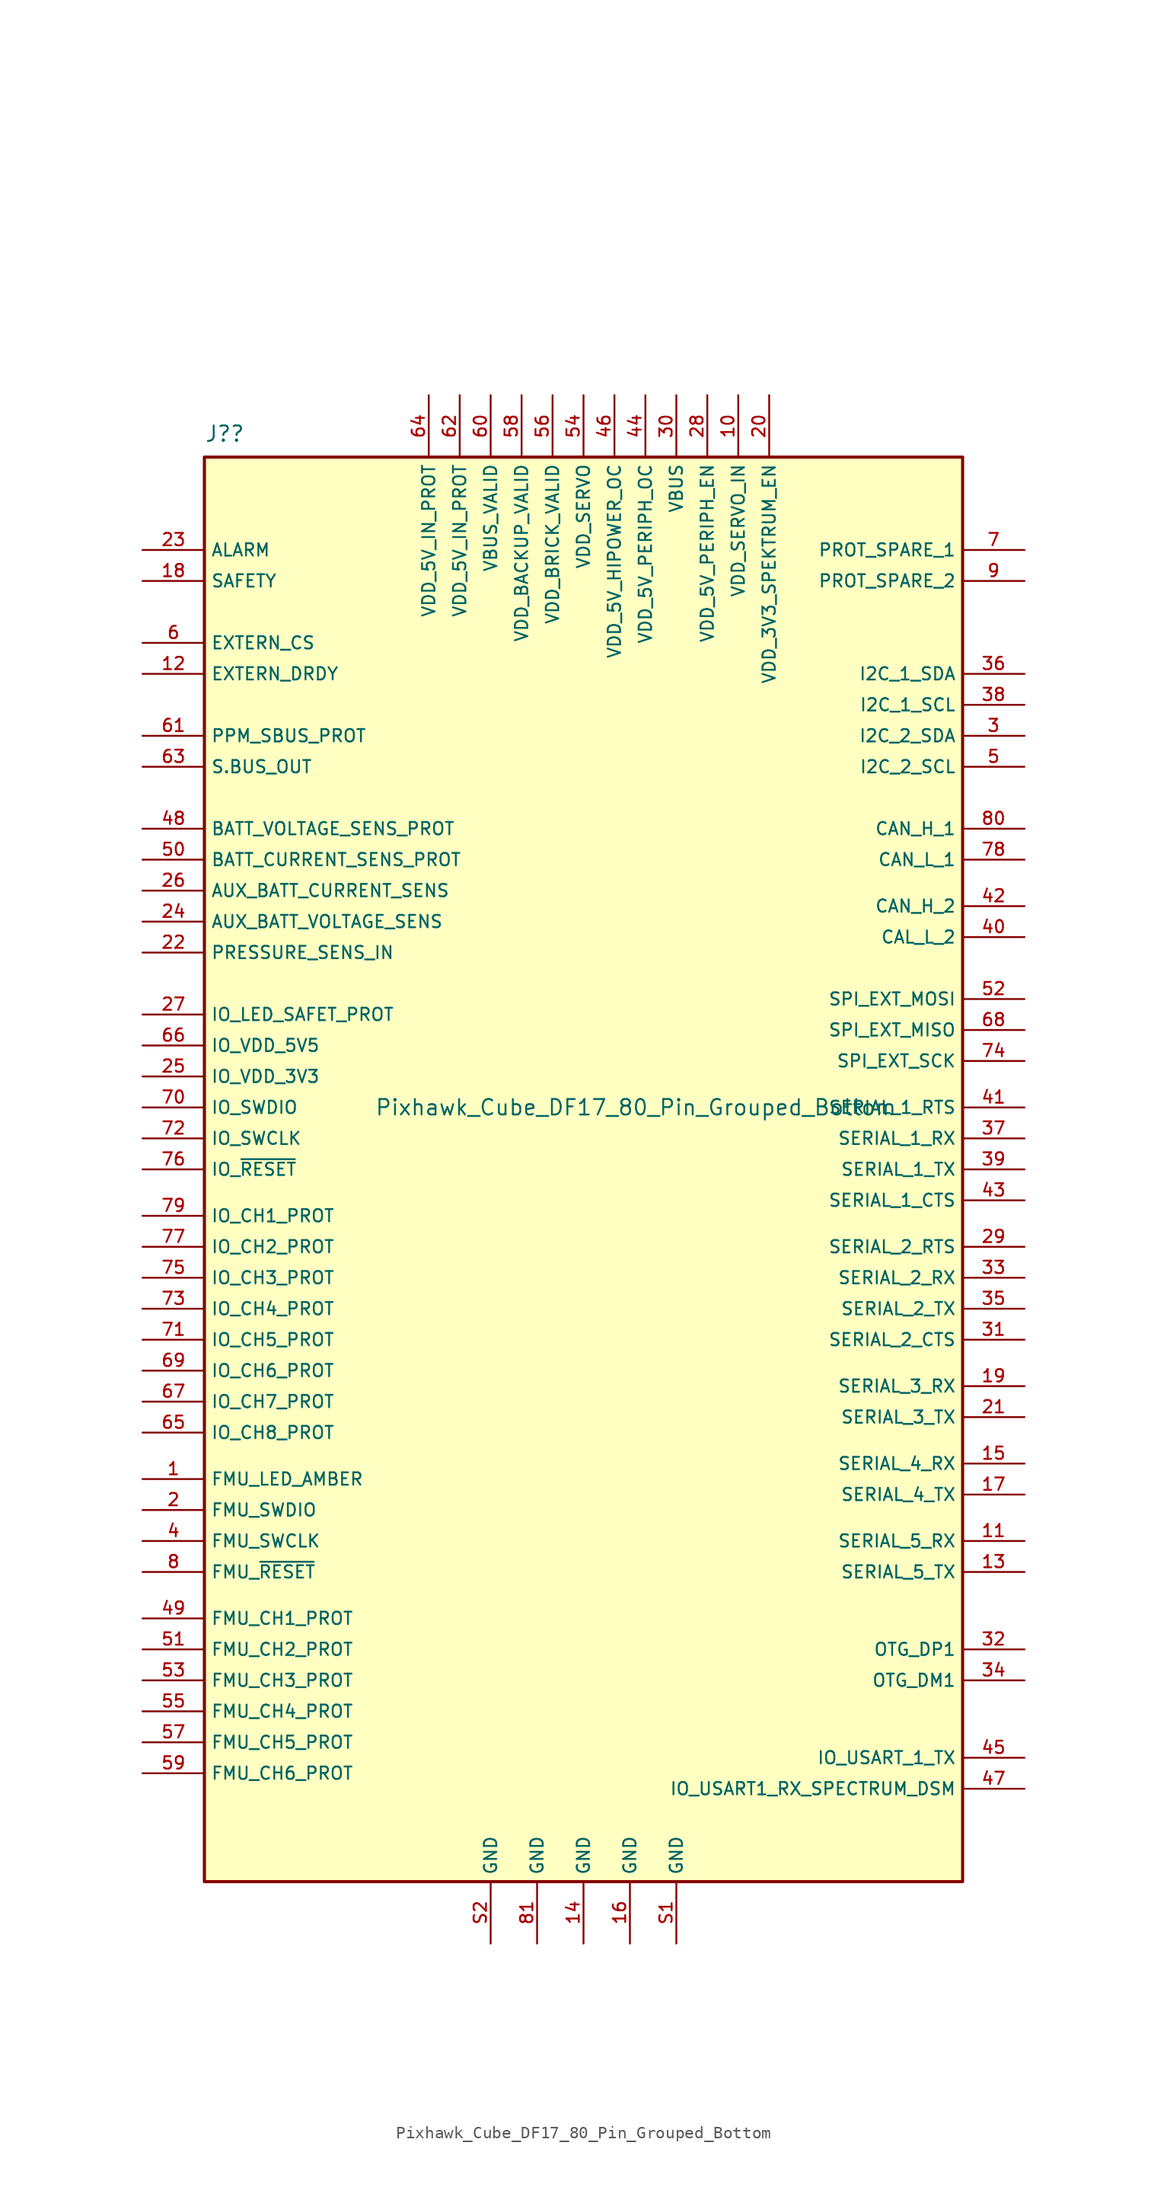
<source format=kicad_sym>
(kicad_symbol_lib
  (version 20211014)
  (generator kicad_symbol_editor)
  (symbol "Pixhawk_Cube_DF17_80_Pin_Grouped_Bottom"
    (property "Reference" "J?"
      (at -31.115 55.245 0)
      (effects (font (size 1.27 1.27)) (justify left)))
    (property "Value" "Pixhawk_Cube_DF17_80_Pin_Grouped_Bottom"
      (at -17.145 0 0)
      (effects (font (size 1.27 1.27)) (justify left)))
    (symbol "Pixhawk_Cube_DF17_80_Pin_Grouped_Bottom_0_0"
      (rectangle (start -31.115 53.34) (end 31.115 -63.5) (stroke (width 0.254) (type default) (color 0 0 0 0)) (fill (type background)))
      (text "" (at 17.78 72.39 0) (effects (font (size 1.27 1.27))))
      (pin output line (at -36.195 -30.48 0) (length 5.08) (name "FMU_LED_AMBER" (effects (font (size 1.016 1.016)))) (number "1" (effects (font (size 1.016 1.016)))))
      (pin input line (at 12.7 58.42 270) (length 5.08) (name "VDD_SERVO_IN" (effects (font (size 1.016 1.016)))) (number "10" (effects (font (size 1.016 1.016)))))
      (pin input line (at 36.195 -35.56 180) (length 5.08) (name "SERIAL_5_RX" (effects (font (size 1.016 1.016)))) (number "11" (effects (font (size 1.016 1.016)))))
      (pin input line (at -36.195 35.56 0) (length 5.08) (name "EXTERN_DRDY" (effects (font (size 1.016 1.016)))) (number "12" (effects (font (size 1.016 1.016)))))
      (pin output line (at 36.195 -38.1 180) (length 5.08) (name "SERIAL_5_TX" (effects (font (size 1.016 1.016)))) (number "13" (effects (font (size 1.016 1.016)))))
      (pin power_in line (at 0 -68.58 90) (length 5.08) (name "GND" (effects (font (size 1.016 1.016)))) (number "14" (effects (font (size 1.016 1.016)))))
      (pin input line (at 36.195 -29.21 180) (length 5.08) (name "SERIAL_4_RX" (effects (font (size 1.016 1.016)))) (number "15" (effects (font (size 1.016 1.016)))))
      (pin power_in line (at 3.81 -68.58 90) (length 5.08) (name "GND" (effects (font (size 1.016 1.016)))) (number "16" (effects (font (size 1.016 1.016)))))
      (pin output line (at 36.195 -31.75 180) (length 5.08) (name "SERIAL_4_TX" (effects (font (size 1.016 1.016)))) (number "17" (effects (font (size 1.016 1.016)))))
      (pin unspecified line (at -36.195 43.18 0) (length 5.08) (name "SAFETY" (effects (font (size 1.016 1.016)))) (number "18" (effects (font (size 1.016 1.016)))))
      (pin input line (at 36.195 -22.86 180) (length 5.08) (name "SERIAL_3_RX" (effects (font (size 1.016 1.016)))) (number "19" (effects (font (size 1.016 1.016)))))
      (pin bidirectional line (at -36.195 -33.02 0) (length 5.08) (name "FMU_SWDIO" (effects (font (size 1.016 1.016)))) (number "2" (effects (font (size 1.016 1.016)))))
      (pin output line (at 15.24 58.42 270) (length 5.08) (name "VDD_3V3_SPEKTRUM_EN" (effects (font (size 1.016 1.016)))) (number "20" (effects (font (size 1.016 1.016)))))
      (pin output line (at 36.195 -25.4 180) (length 5.08) (name "SERIAL_3_TX" (effects (font (size 1.016 1.016)))) (number "21" (effects (font (size 1.016 1.016)))))
      (pin input line (at -36.195 12.7 0) (length 5.08) (name "PRESSURE_SENS_IN" (effects (font (size 1.016 1.016)))) (number "22" (effects (font (size 1.016 1.016)))))
      (pin output line (at -36.195 45.72 0) (length 5.08) (name "ALARM" (effects (font (size 1.016 1.016)))) (number "23" (effects (font (size 1.016 1.016)))))
      (pin input line (at -36.195 15.24 0) (length 5.08) (name "AUX_BATT_VOLTAGE_SENS" (effects (font (size 1.016 1.016)))) (number "24" (effects (font (size 1.016 1.016)))))
      (pin input line (at -36.195 2.54 0) (length 5.08) (name "IO_VDD_3V3" (effects (font (size 1.016 1.016)))) (number "25" (effects (font (size 1.016 1.016)))))
      (pin input line (at -36.195 17.78 0) (length 5.08) (name "AUX_BATT_CURRENT_SENS" (effects (font (size 1.016 1.016)))) (number "26" (effects (font (size 1.016 1.016)))))
      (pin output line (at -36.195 7.62 0) (length 5.08) (name "IO_LED_SAFET_PROT" (effects (font (size 1.016 1.016)))) (number "27" (effects (font (size 1.016 1.016)))))
      (pin output line (at 10.16 58.42 270) (length 5.08) (name "VDD_5V_PERIPH_EN" (effects (font (size 1.016 1.016)))) (number "28" (effects (font (size 1.016 1.016)))))
      (pin bidirectional line (at 36.195 -11.43 180) (length 5.08) (name "SERIAL_2_RTS" (effects (font (size 1.016 1.016)))) (number "29" (effects (font (size 1.016 1.016)))))
      (pin bidirectional line (at 36.195 30.48 180) (length 5.08) (name "I2C_2_SDA" (effects (font (size 1.016 1.016)))) (number "3" (effects (font (size 1.016 1.016)))))
      (pin input line (at 7.62 58.42 270) (length 5.08) (name "VBUS" (effects (font (size 1.016 1.016)))) (number "30" (effects (font (size 1.016 1.016)))))
      (pin bidirectional line (at 36.195 -19.05 180) (length 5.08) (name "SERIAL_2_CTS" (effects (font (size 1.016 1.016)))) (number "31" (effects (font (size 1.016 1.016)))))
      (pin bidirectional line (at 36.195 -44.45 180) (length 5.08) (name "OTG_DP1" (effects (font (size 1.016 1.016)))) (number "32" (effects (font (size 1.016 1.016)))))
      (pin input line (at 36.195 -13.97 180) (length 5.08) (name "SERIAL_2_RX" (effects (font (size 1.016 1.016)))) (number "33" (effects (font (size 1.016 1.016)))))
      (pin bidirectional line (at 36.195 -46.99 180) (length 5.08) (name "OTG_DM1" (effects (font (size 1.016 1.016)))) (number "34" (effects (font (size 1.016 1.016)))))
      (pin output line (at 36.195 -16.51 180) (length 5.08) (name "SERIAL_2_TX" (effects (font (size 1.016 1.016)))) (number "35" (effects (font (size 1.016 1.016)))))
      (pin bidirectional line (at 36.195 35.56 180) (length 5.08) (name "I2C_1_SDA" (effects (font (size 1.016 1.016)))) (number "36" (effects (font (size 1.016 1.016)))))
      (pin input line (at 36.195 -2.54 180) (length 5.08) (name "SERIAL_1_RX" (effects (font (size 1.016 1.016)))) (number "37" (effects (font (size 1.016 1.016)))))
      (pin output line (at 36.195 33.02 180) (length 5.08) (name "I2C_1_SCL" (effects (font (size 1.016 1.016)))) (number "38" (effects (font (size 1.016 1.016)))))
      (pin output line (at 36.195 -5.08 180) (length 5.08) (name "SERIAL_1_TX" (effects (font (size 1.016 1.016)))) (number "39" (effects (font (size 1.016 1.016)))))
      (pin output line (at -36.195 -35.56 0) (length 5.08) (name "FMU_SWCLK" (effects (font (size 1.016 1.016)))) (number "4" (effects (font (size 1.016 1.016)))))
      (pin bidirectional line (at 36.195 13.97 180) (length 5.08) (name "CAL_L_2" (effects (font (size 1.016 1.016)))) (number "40" (effects (font (size 1.016 1.016)))))
      (pin bidirectional line (at 36.195 0 180) (length 5.08) (name "SERIAL_1_RTS" (effects (font (size 1.016 1.016)))) (number "41" (effects (font (size 1.016 1.016)))))
      (pin bidirectional line (at 36.195 16.51 180) (length 5.08) (name "CAN_H_2" (effects (font (size 1.016 1.016)))) (number "42" (effects (font (size 1.016 1.016)))))
      (pin bidirectional line (at 36.195 -7.62 180) (length 5.08) (name "SERIAL_1_CTS" (effects (font (size 1.016 1.016)))) (number "43" (effects (font (size 1.016 1.016)))))
      (pin input line (at 5.08 58.42 270) (length 5.08) (name "VDD_5V_PERIPH_OC" (effects (font (size 1.016 1.016)))) (number "44" (effects (font (size 1.016 1.016)))))
      (pin output line (at 36.195 -53.34 180) (length 5.08) (name "IO_USART_1_TX" (effects (font (size 1.016 1.016)))) (number "45" (effects (font (size 1.016 1.016)))))
      (pin input line (at 2.54 58.42 270) (length 5.08) (name "VDD_5V_HIPOWER_OC" (effects (font (size 1.016 1.016)))) (number "46" (effects (font (size 1.016 1.016)))))
      (pin output line (at 36.195 -55.88 180) (length 5.08) (name "IO_USART1_RX_SPECTRUM_DSM" (effects (font (size 1.016 1.016)))) (number "47" (effects (font (size 1.016 1.016)))))
      (pin input line (at -36.195 22.86 0) (length 5.08) (name "BATT_VOLTAGE_SENS_PROT" (effects (font (size 1.016 1.016)))) (number "48" (effects (font (size 1.016 1.016)))))
      (pin output line (at -36.195 -41.91 0) (length 5.08) (name "FMU_CH1_PROT" (effects (font (size 1.016 1.016)))) (number "49" (effects (font (size 1.016 1.016)))))
      (pin output line (at 36.195 27.94 180) (length 5.08) (name "I2C_2_SCL" (effects (font (size 1.016 1.016)))) (number "5" (effects (font (size 1.016 1.016)))))
      (pin input line (at -36.195 20.32 0) (length 5.08) (name "BATT_CURRENT_SENS_PROT" (effects (font (size 1.016 1.016)))) (number "50" (effects (font (size 1.016 1.016)))))
      (pin output line (at -36.195 -44.45 0) (length 5.08) (name "FMU_CH2_PROT" (effects (font (size 1.016 1.016)))) (number "51" (effects (font (size 1.016 1.016)))))
      (pin output line (at 36.195 8.89 180) (length 5.08) (name "SPI_EXT_MOSI" (effects (font (size 1.016 1.016)))) (number "52" (effects (font (size 1.016 1.016)))))
      (pin output line (at -36.195 -46.99 0) (length 5.08) (name "FMU_CH3_PROT" (effects (font (size 1.016 1.016)))) (number "53" (effects (font (size 1.016 1.016)))))
      (pin input line (at 0 58.42 270) (length 5.08) (name "VDD_SERVO" (effects (font (size 1.016 1.016)))) (number "54" (effects (font (size 1.016 1.016)))))
      (pin output line (at -36.195 -49.53 0) (length 5.08) (name "FMU_CH4_PROT" (effects (font (size 1.016 1.016)))) (number "55" (effects (font (size 1.016 1.016)))))
      (pin input line (at -2.54 58.42 270) (length 5.08) (name "VDD_BRICK_VALID" (effects (font (size 1.016 1.016)))) (number "56" (effects (font (size 1.016 1.016)))))
      (pin output line (at -36.195 -52.07 0) (length 5.08) (name "FMU_CH5_PROT" (effects (font (size 1.016 1.016)))) (number "57" (effects (font (size 1.016 1.016)))))
      (pin input line (at -5.08 58.42 270) (length 5.08) (name "VDD_BACKUP_VALID" (effects (font (size 1.016 1.016)))) (number "58" (effects (font (size 1.016 1.016)))))
      (pin output line (at -36.195 -54.61 0) (length 5.08) (name "FMU_CH6_PROT" (effects (font (size 1.016 1.016)))) (number "59" (effects (font (size 1.016 1.016)))))
      (pin output line (at -36.195 38.1 0) (length 5.08) (name "EXTERN_CS" (effects (font (size 1.016 1.016)))) (number "6" (effects (font (size 1.016 1.016)))))
      (pin input line (at -7.62 58.42 270) (length 5.08) (name "VBUS_VALID" (effects (font (size 1.016 1.016)))) (number "60" (effects (font (size 1.016 1.016)))))
      (pin input line (at -36.195 30.48 0) (length 5.08) (name "PPM_SBUS_PROT" (effects (font (size 1.016 1.016)))) (number "61" (effects (font (size 1.016 1.016)))))
      (pin input line (at -10.16 58.42 270) (length 5.08) (name "VDD_5V_IN_PROT" (effects (font (size 1.016 1.016)))) (number "62" (effects (font (size 1.016 1.016)))))
      (pin output line (at -36.195 27.94 0) (length 5.08) (name "S.BUS_OUT" (effects (font (size 1.016 1.016)))) (number "63" (effects (font (size 1.016 1.016)))))
      (pin input line (at -12.7 58.42 270) (length 5.08) (name "VDD_5V_IN_PROT" (effects (font (size 1.016 1.016)))) (number "64" (effects (font (size 1.016 1.016)))))
      (pin output line (at -36.195 -26.67 0) (length 5.08) (name "IO_CH8_PROT" (effects (font (size 1.016 1.016)))) (number "65" (effects (font (size 1.016 1.016)))))
      (pin output line (at -36.195 5.08 0) (length 5.08) (name "IO_VDD_5V5" (effects (font (size 1.016 1.016)))) (number "66" (effects (font (size 1.016 1.016)))))
      (pin output line (at -36.195 -24.13 0) (length 5.08) (name "IO_CH7_PROT" (effects (font (size 1.016 1.016)))) (number "67" (effects (font (size 1.016 1.016)))))
      (pin input line (at 36.195 6.35 180) (length 5.08) (name "SPI_EXT_MISO" (effects (font (size 1.016 1.016)))) (number "68" (effects (font (size 1.016 1.016)))))
      (pin output line (at -36.195 -21.59 0) (length 5.08) (name "IO_CH6_PROT" (effects (font (size 1.016 1.016)))) (number "69" (effects (font (size 1.016 1.016)))))
      (pin unspecified line (at 36.195 45.72 180) (length 5.08) (name "PROT_SPARE_1" (effects (font (size 1.016 1.016)))) (number "7" (effects (font (size 1.016 1.016)))))
      (pin bidirectional line (at -36.195 0 0) (length 5.08) (name "IO_SWDIO" (effects (font (size 1.016 1.016)))) (number "70" (effects (font (size 1.016 1.016)))))
      (pin output line (at -36.195 -19.05 0) (length 5.08) (name "IO_CH5_PROT" (effects (font (size 1.016 1.016)))) (number "71" (effects (font (size 1.016 1.016)))))
      (pin output line (at -36.195 -2.54 0) (length 5.08) (name "IO_SWCLK" (effects (font (size 1.016 1.016)))) (number "72" (effects (font (size 1.016 1.016)))))
      (pin output line (at -36.195 -16.51 0) (length 5.08) (name "IO_CH4_PROT" (effects (font (size 1.016 1.016)))) (number "73" (effects (font (size 1.016 1.016)))))
      (pin output line (at 36.195 3.81 180) (length 5.08) (name "SPI_EXT_SCK" (effects (font (size 1.016 1.016)))) (number "74" (effects (font (size 1.016 1.016)))))
      (pin output line (at -36.195 -13.97 0) (length 5.08) (name "IO_CH3_PROT" (effects (font (size 1.016 1.016)))) (number "75" (effects (font (size 1.016 1.016)))))
      (pin passive line (at -36.195 -5.08 0) (length 5.08) (name "IO_~{RESET}" (effects (font (size 1.016 1.016)))) (number "76" (effects (font (size 1.016 1.016)))))
      (pin output line (at -36.195 -11.43 0) (length 5.08) (name "IO_CH2_PROT" (effects (font (size 1.016 1.016)))) (number "77" (effects (font (size 1.016 1.016)))))
      (pin bidirectional line (at 36.195 20.32 180) (length 5.08) (name "CAN_L_1" (effects (font (size 1.016 1.016)))) (number "78" (effects (font (size 1.016 1.016)))))
      (pin output line (at -36.195 -8.89 0) (length 5.08) (name "IO_CH1_PROT" (effects (font (size 1.016 1.016)))) (number "79" (effects (font (size 1.016 1.016)))))
      (pin input line (at -36.195 -38.1 0) (length 5.08) (name "FMU_~{RESET}" (effects (font (size 1.016 1.016)))) (number "8" (effects (font (size 1.016 1.016)))))
      (pin bidirectional line (at 36.195 22.86 180) (length 5.08) (name "CAN_H_1" (effects (font (size 1.016 1.016)))) (number "80" (effects (font (size 1.016 1.016)))))
      (pin power_in line (at -3.81 -68.58 90) (length 5.08) (name "GND" (effects (font (size 1.016 1.016)))) (number "81" (effects (font (size 1.016 1.016)))))
      (pin unspecified line (at 36.195 43.18 180) (length 5.08) (name "PROT_SPARE_2" (effects (font (size 1.016 1.016)))) (number "9" (effects (font (size 1.016 1.016)))))
      (pin bidirectional line (at 7.62 -68.58 90) (length 5.08) (name "GND" (effects (font (size 1.016 1.016)))) (number "S1" (effects (font (size 1.016 1.016)))))
      (pin bidirectional line (at -7.62 -68.58 90) (length 5.08) (name "GND" (effects (font (size 1.016 1.016)))) (number "S2" (effects (font (size 1.016 1.016))))))))
</source>
